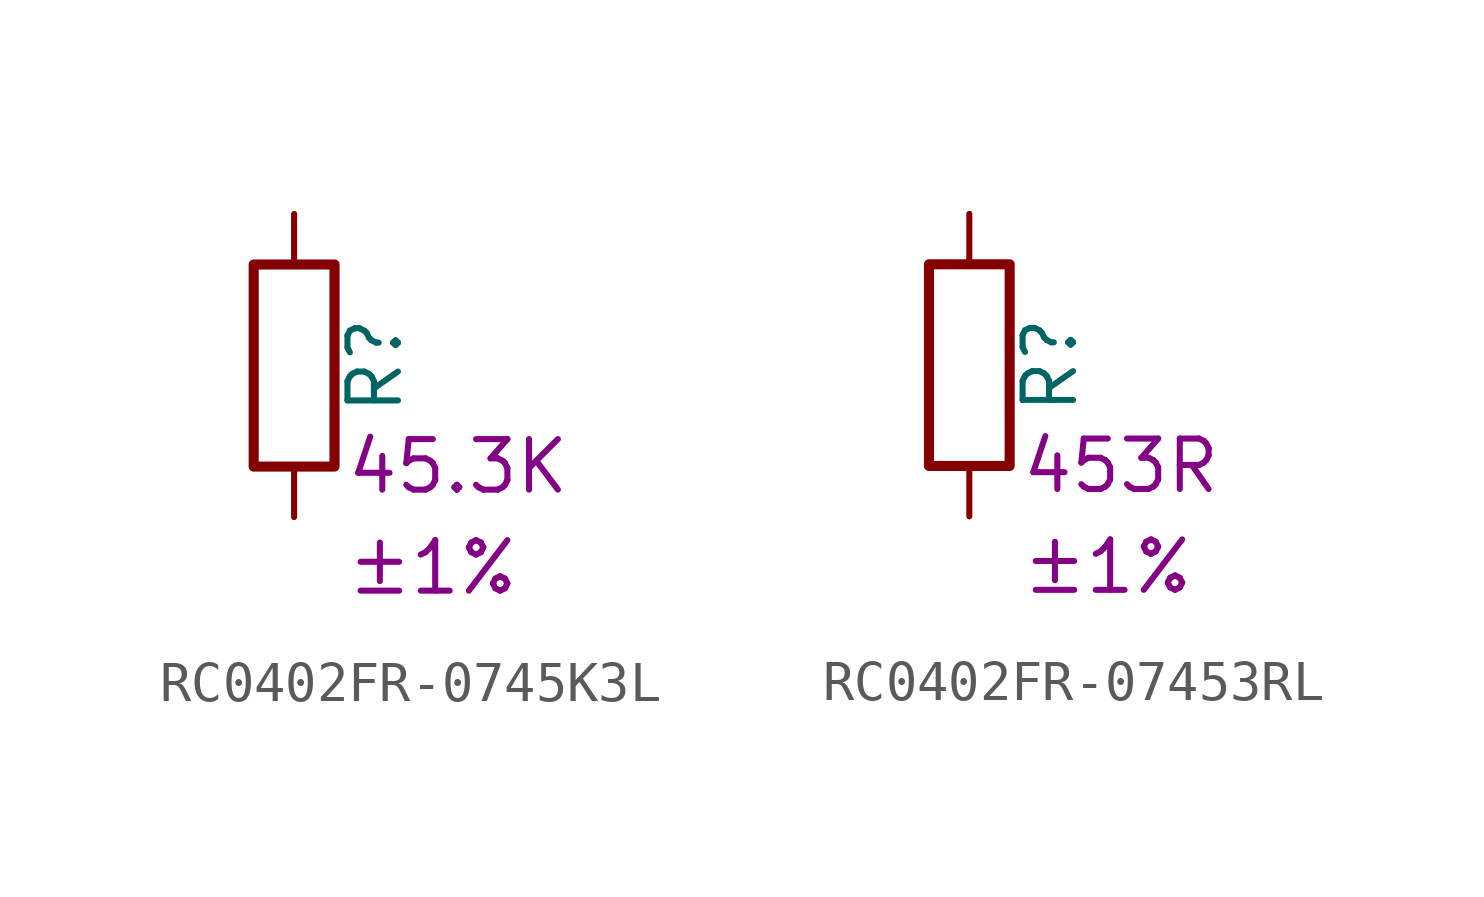
<source format=kicad_sym>
(kicad_symbol_lib
  (version 20220914)
  (generator kicad_symbol_editor)
  (symbol "RC0402FR-0745K3L"
    (pin_numbers hide)
    (pin_names
      (offset 0))
    (property "Reference" "R"
      (at 2.032 0 90)
      (effects (font (size 1.27 1.27))))
    (property "Resistance" "45.3K"
      (at 1.27 -2.54 0)
      (effects (font (size 1.27 1.27)) (justify left)))
    (property "Tolerance" "±1%"
      (at 1.27 -5.08 0)
      (effects (font (size 1.27 1.27)) (justify left)))
    (symbol "RC0402FR-0745K3L_0_1"
      (rectangle (start -1.016 -2.54) (end 1.016 2.54) (stroke (width 0.254) (type default)) (fill (type none))))
    (symbol "RC0402FR-0745K3L_1_1"
      (pin passive line (at 0 3.81 270) (length 1.27) (name "~" (effects (font (size 1.27 1.27)))) (number "1" (effects (font (size 1.27 1.27)))))
      (pin passive line (at 0 -3.81 90) (length 1.27) (name "~" (effects (font (size 1.27 1.27)))) (number "2" (effects (font (size 1.27 1.27)))))))
  (symbol "RC0402FR-07453RL"
    (pin_numbers hide)
    (pin_names
      (offset 0))
    (property "Reference" "R"
      (at 2.032 0 90)
      (effects (font (size 1.27 1.27))))
    (property "Resistance" "453R"
      (at 1.27 -2.54 0)
      (effects (font (size 1.27 1.27)) (justify left)))
    (property "Tolerance" "±1%"
      (at 1.27 -5.08 0)
      (effects (font (size 1.27 1.27)) (justify left)))
    (symbol "RC0402FR-07453RL_0_1"
      (rectangle (start -1.016 -2.54) (end 1.016 2.54) (stroke (width 0.254) (type default)) (fill (type none))))
    (symbol "RC0402FR-07453RL_1_1"
      (pin passive line (at 0 3.81 270) (length 1.27) (name "~" (effects (font (size 1.27 1.27)))) (number "1" (effects (font (size 1.27 1.27)))))
      (pin passive line (at 0 -3.81 90) (length 1.27) (name "~" (effects (font (size 1.27 1.27)))) (number "2" (effects (font (size 1.27 1.27))))))))
</source>
